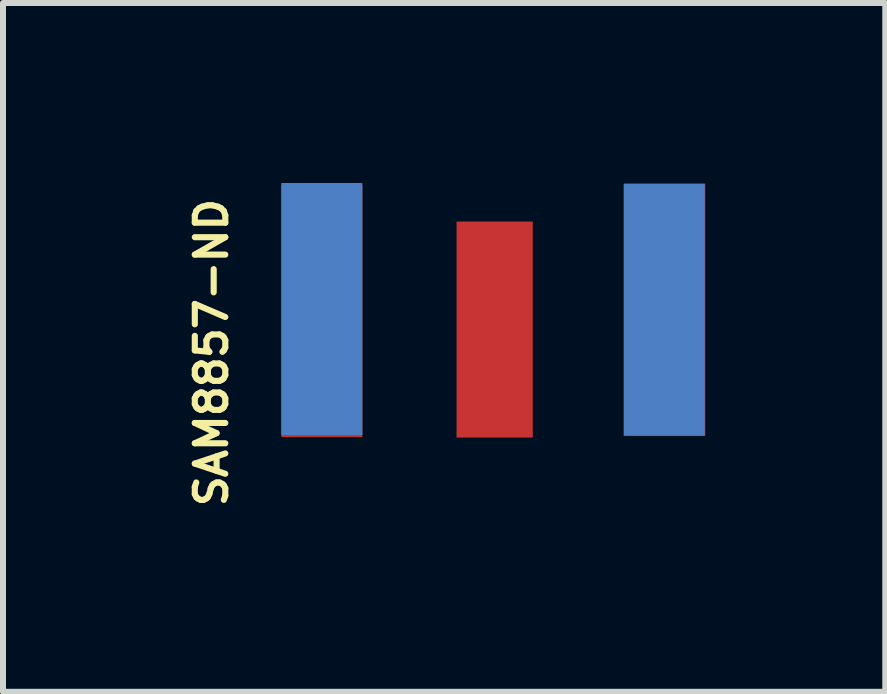
<source format=kicad_pcb>
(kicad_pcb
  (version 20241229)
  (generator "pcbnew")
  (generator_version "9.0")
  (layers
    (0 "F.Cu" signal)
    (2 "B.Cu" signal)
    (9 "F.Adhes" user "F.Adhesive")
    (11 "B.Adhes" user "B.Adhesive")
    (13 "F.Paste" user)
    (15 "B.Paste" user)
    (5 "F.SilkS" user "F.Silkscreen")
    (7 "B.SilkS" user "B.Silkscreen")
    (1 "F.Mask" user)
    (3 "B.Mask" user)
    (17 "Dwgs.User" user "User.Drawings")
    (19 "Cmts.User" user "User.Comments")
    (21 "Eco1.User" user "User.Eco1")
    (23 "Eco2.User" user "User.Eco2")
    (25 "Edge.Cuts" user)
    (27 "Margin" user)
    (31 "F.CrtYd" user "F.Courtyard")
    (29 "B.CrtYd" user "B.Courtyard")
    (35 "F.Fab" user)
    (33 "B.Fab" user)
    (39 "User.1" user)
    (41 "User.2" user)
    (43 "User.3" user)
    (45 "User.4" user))
  (footprint "SAM8857-ND"
    (layer "F.Cu")
    (at 5.174 4.223)
    (property "Reference" "SAM8857-ND" (at -4.699 -1.397 90) (layer "F.SilkS") (effects (font (size 0.508 0.508) (thickness 0.102))))
    (attr through_hole)
    (pad "1" connect rect (at 0.02 -1.781) (size 1.27 3.6) (layers "F.Cu" "F.Mask"))
    (pad "2" connect rect (at -2.86 -2.123) (size 1.35 4.2) (layers "*.Mask" "B.Cu"))
    (pad "2" connect rect (at -2.86 -2.088) (size 1.35 4.2) (layers "*.Mask" "F.Cu"))
    (pad "2" connect rect (at 2.845 -2.111) (size 1.35 4.2) (layers "*.Mask" "B.Cu"))
    (pad "2" connect rect (at 2.855 -2.111) (size 1.35 4.2) (layers "*.Mask" "F.Cu")))
  (gr_rect
    (start -3 -3)
    (end 11.704 8.48)
    (stroke (width 0.1) (type default))
    (fill no)
    (layer "Edge.Cuts")))
</source>
